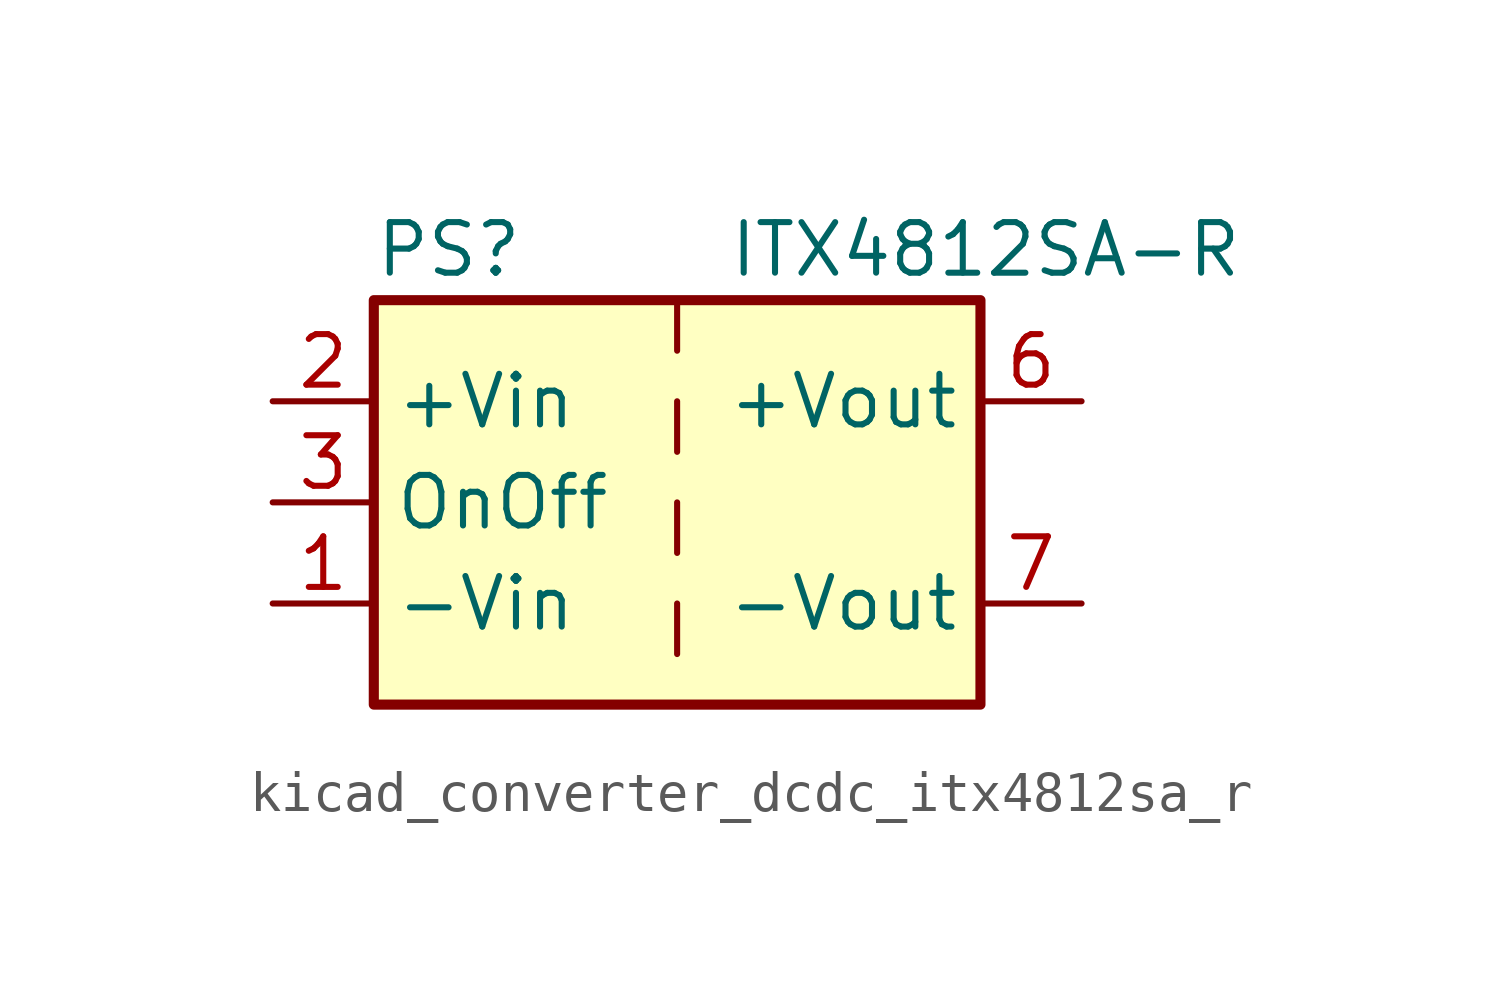
<source format=kicad_sym>
(kicad_symbol_lib
  (version 20220914)
  (generator kicad_symbol_editor)
  (symbol "kicad_converter_dcdc_itx4812sa_r"
    (property "Reference" "PS"
      (at -7.62 6.35 0)
      (effects (font (size 1.27 1.27)) (justify left)))
    (property "Value" "ITX4812SA-R"
      (at 1.27 6.35 0)
      (effects (font (size 1.27 1.27)) (justify left)))
    (symbol "kicad_converter_dcdc_itx4812sa_r_0_0"
      (pin power_in line (at -10.16 -2.54 0) (length 2.54) (name "-Vin" (effects (font (size 1.27 1.27)))) (number "1" (effects (font (size 1.27 1.27)))))
      (pin power_in line (at -10.16 2.54 0) (length 2.54) (name "+Vin" (effects (font (size 1.27 1.27)))) (number "2" (effects (font (size 1.27 1.27)))))
      (pin input line (at -10.16 0 0) (length 2.54) (name "OnOff" (effects (font (size 1.27 1.27)))) (number "3" (effects (font (size 1.27 1.27)))))
      (pin no_connect line (at 0 5.08 270) (length 2.54) hide (name "NC" (effects (font (size 1.27 1.27)))) (number "5" (effects (font (size 1.27 1.27)))))
      (pin power_out line (at 10.16 2.54 180) (length 2.54) (name "+Vout" (effects (font (size 1.27 1.27)))) (number "6" (effects (font (size 1.27 1.27)))))
      (pin power_out line (at 10.16 -2.54 180) (length 2.54) (name "-Vout" (effects (font (size 1.27 1.27)))) (number "7" (effects (font (size 1.27 1.27)))))
      (pin no_connect line (at 7.62 0 180) (length 2.54) hide (name "NC" (effects (font (size 1.27 1.27)))) (number "8" (effects (font (size 1.27 1.27))))))
    (symbol "kicad_converter_dcdc_itx4812sa_r_0_1"
      (rectangle (start -7.62 5.08) (end 7.62 -5.08) (stroke (width 0.254) (type default)) (fill (type background)))
      (polyline (pts (xy 0 -2.54) (xy 0 -3.81)) (stroke (width 0) (type default)) (fill (type none)))
      (polyline (pts (xy 0 0) (xy 0 -1.27)) (stroke (width 0) (type default)) (fill (type none)))
      (polyline (pts (xy 0 2.54) (xy 0 1.27)) (stroke (width 0) (type default)) (fill (type none)))
      (polyline (pts (xy 0 5.08) (xy 0 3.81)) (stroke (width 0) (type default)) (fill (type none))))))
</source>
